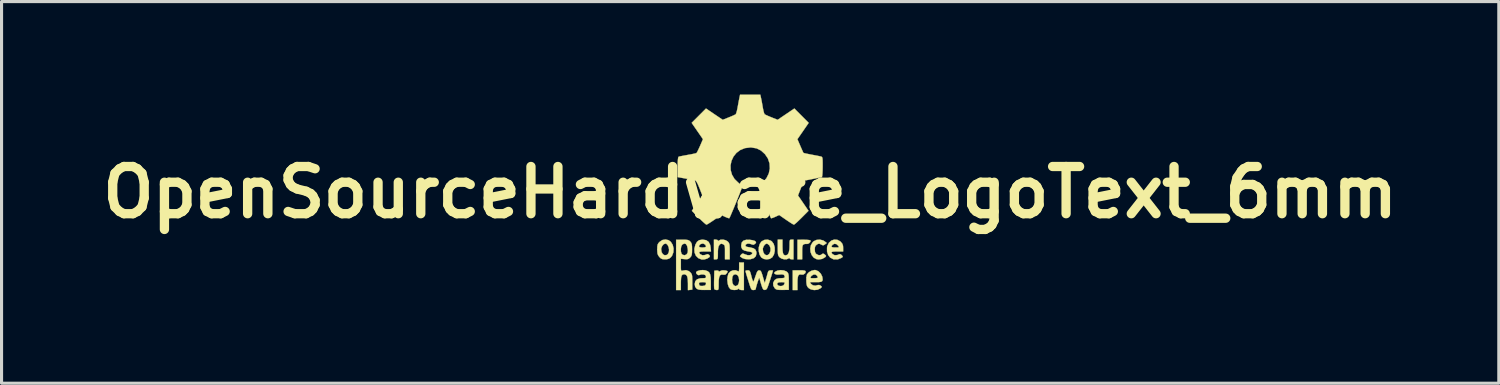
<source format=kicad_pcb>
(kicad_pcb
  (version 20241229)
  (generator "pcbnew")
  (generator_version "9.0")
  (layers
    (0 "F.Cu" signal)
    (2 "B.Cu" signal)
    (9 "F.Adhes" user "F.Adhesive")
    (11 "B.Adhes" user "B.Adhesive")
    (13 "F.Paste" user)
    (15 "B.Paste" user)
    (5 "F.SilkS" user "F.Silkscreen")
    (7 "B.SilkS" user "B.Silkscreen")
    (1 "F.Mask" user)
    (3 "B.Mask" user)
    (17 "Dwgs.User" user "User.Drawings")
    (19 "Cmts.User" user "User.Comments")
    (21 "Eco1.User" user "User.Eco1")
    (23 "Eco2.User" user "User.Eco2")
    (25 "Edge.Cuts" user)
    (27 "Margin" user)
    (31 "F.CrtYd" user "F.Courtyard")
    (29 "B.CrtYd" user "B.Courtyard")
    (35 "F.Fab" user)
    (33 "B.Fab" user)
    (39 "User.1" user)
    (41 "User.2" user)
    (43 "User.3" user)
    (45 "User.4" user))
  (footprint "OpenSourceHardware_LogoText_6mm"
    (layer "F.Cu")
    (at 21.162 3.158)
    (property "Reference" "OpenSourceHardware_LogoText_6mm" (at 0 0 0) (layer "F.SilkS") (effects (font (size 1.524 1.524) (thickness 0.3))))
    (attr through_hole)
    (fp_poly (pts (xy 1.506 2.518) (xy 1.597 2.518) (xy 1.675 2.518) (xy 1.702 2.518) (xy 1.771 2.529) (xy 1.796 2.561) (xy 1.774 2.61) (xy 1.768 2.618) (xy 1.709 2.656) (xy 1.661 2.654) (xy 1.603 2.648) (xy 1.564 2.67) (xy 1.54 2.724) (xy 1.528 2.818) (xy 1.526 2.927) (xy 1.526 3.153) (xy 1.373 3.153) (xy 1.373 2.517) (xy 1.506 2.518)) (stroke (width 0.01) (type solid)) (fill yes) (layer "F.SilkS"))
    (fp_poly (pts (xy 1.825 1.532) (xy 1.901 1.539) (xy 1.943 1.551) (xy 1.947 1.554) (xy 1.945 1.592) (xy 1.913 1.633) (xy 1.866 1.662) (xy 1.827 1.664) (xy 1.769 1.664) (xy 1.73 1.678) (xy 1.705 1.696) (xy 1.69 1.726) (xy 1.681 1.78) (xy 1.678 1.866) (xy 1.678 1.933) (xy 1.678 2.161) (xy 1.526 2.161) (xy 1.526 1.531) (xy 1.728 1.53) (xy 1.825 1.532)) (stroke (width 0.01) (type solid)) (fill yes) (layer "F.SilkS"))
    (fp_poly (pts (xy -0.808 2.519) (xy -0.782 2.525) (xy -0.734 2.541) (xy -0.728 2.563) (xy -0.754 2.608) (xy -0.796 2.653) (xy -0.847 2.66) (xy -0.865 2.657) (xy -0.93 2.653) (xy -0.974 2.679) (xy -1.001 2.739) (xy -1.015 2.84) (xy -1.017 2.938) (xy -1.018 3.043) (xy -1.021 3.106) (xy -1.031 3.139) (xy -1.051 3.151) (xy -1.081 3.153) (xy -1.135 3.141) (xy -1.159 3.119) (xy -1.163 3.081) (xy -1.166 3.005) (xy -1.166 2.901) (xy -1.164 2.808) (xy -1.157 2.53) (xy -1.087 2.522) (xy -1.034 2.525) (xy -1.017 2.544) (xy -1.006 2.561) (xy -0.985 2.548) (xy -0.909 2.517) (xy -0.808 2.519)) (stroke (width 0.01) (type solid)) (fill yes) (layer "F.SilkS"))
    (fp_poly (pts (xy 1.042 1.749) (xy 1.046 1.877) (xy 1.058 1.961) (xy 1.081 2.01) (xy 1.119 2.031) (xy 1.148 2.034) (xy 1.206 2.012) (xy 1.245 1.946) (xy 1.267 1.834) (xy 1.271 1.723) (xy 1.272 1.624) (xy 1.276 1.565) (xy 1.288 1.536) (xy 1.31 1.527) (xy 1.335 1.526) (xy 1.398 1.526) (xy 1.398 2.161) (xy 1.335 2.161) (xy 1.287 2.151) (xy 1.271 2.131) (xy 1.264 2.113) (xy 1.241 2.131) (xy 1.181 2.159) (xy 1.099 2.161) (xy 1.015 2.139) (xy 0.952 2.099) (xy 0.924 2.066) (xy 0.905 2.031) (xy 0.895 1.98) (xy 0.891 1.902) (xy 0.89 1.786) (xy 0.89 1.526) (xy 1.042 1.526) (xy 1.042 1.749)) (stroke (width 0.01) (type solid)) (fill yes) (layer "F.SilkS"))
    (fp_poly (pts (xy 2.355 1.552) (xy 2.402 1.58) (xy 2.472 1.635) (xy 2.414 1.679) (xy 2.369 1.707) (xy 2.33 1.704) (xy 2.288 1.682) (xy 2.234 1.657) (xy 2.192 1.663) (xy 2.152 1.686) (xy 2.108 1.725) (xy 2.089 1.776) (xy 2.085 1.842) (xy 2.092 1.924) (xy 2.117 1.974) (xy 2.141 1.994) (xy 2.217 2.03) (xy 2.281 2.02) (xy 2.312 1.998) (xy 2.347 1.976) (xy 2.383 1.988) (xy 2.408 2.008) (xy 2.446 2.042) (xy 2.445 2.067) (xy 2.418 2.095) (xy 2.325 2.148) (xy 2.213 2.166) (xy 2.144 2.157) (xy 2.053 2.109) (xy 1.987 2.027) (xy 1.948 1.925) (xy 1.939 1.814) (xy 1.96 1.705) (xy 2.015 1.612) (xy 2.051 1.578) (xy 2.143 1.535) (xy 2.251 1.526) (xy 2.355 1.552)) (stroke (width 0.01) (type solid)) (fill yes) (layer "F.SilkS"))
    (fp_poly (pts (xy -1.058 1.536) (xy -1.042 1.556) (xy -1.035 1.574) (xy -1.012 1.556) (xy -0.952 1.528) (xy -0.87 1.526) (xy -0.787 1.548) (xy -0.723 1.588) (xy -0.695 1.62) (xy -0.677 1.656) (xy -0.666 1.707) (xy -0.662 1.785) (xy -0.661 1.901) (xy -0.661 1.906) (xy -0.661 2.161) (xy -0.814 2.161) (xy -0.814 1.932) (xy -0.814 1.823) (xy -0.818 1.753) (xy -0.828 1.713) (xy -0.848 1.69) (xy -0.879 1.673) (xy -0.88 1.672) (xy -0.932 1.656) (xy -0.969 1.673) (xy -0.995 1.701) (xy -1.021 1.745) (xy -1.035 1.806) (xy -1.042 1.898) (xy -1.042 1.961) (xy -1.043 2.061) (xy -1.047 2.12) (xy -1.059 2.15) (xy -1.08 2.16) (xy -1.106 2.161) (xy -1.17 2.161) (xy -1.17 1.526) (xy -1.106 1.526) (xy -1.058 1.536)) (stroke (width 0.01) (type solid)) (fill yes) (layer "F.SilkS"))
    (fp_poly (pts (xy 0.665 1.559) (xy 0.7 1.583) (xy 0.759 1.664) (xy 0.79 1.772) (xy 0.793 1.89) (xy 0.768 2.003) (xy 0.714 2.095) (xy 0.711 2.098) (xy 0.633 2.148) (xy 0.535 2.165) (xy 0.437 2.149) (xy 0.358 2.1) (xy 0.357 2.099) (xy 0.302 2.009) (xy 0.276 1.896) (xy 0.276 1.838) (xy 0.407 1.838) (xy 0.422 1.929) (xy 0.46 1.994) (xy 0.512 2.027) (xy 0.569 2.023) (xy 0.621 1.978) (xy 0.655 1.893) (xy 0.656 1.801) (xy 0.625 1.721) (xy 0.61 1.704) (xy 0.565 1.666) (xy 0.534 1.653) (xy 0.485 1.675) (xy 0.44 1.73) (xy 0.411 1.8) (xy 0.407 1.838) (xy 0.276 1.838) (xy 0.277 1.778) (xy 0.307 1.67) (xy 0.363 1.587) (xy 0.367 1.584) (xy 0.46 1.535) (xy 0.565 1.526) (xy 0.665 1.559)) (stroke (width 0.01) (type solid)) (fill yes) (layer "F.SilkS"))
    (fp_poly (pts (xy -2.633 1.544) (xy -2.563 1.595) (xy -2.5 1.695) (xy -2.472 1.814) (xy -2.479 1.935) (xy -2.521 2.045) (xy -2.561 2.096) (xy -2.617 2.14) (xy -2.686 2.158) (xy -2.747 2.161) (xy -2.828 2.156) (xy -2.882 2.134) (xy -2.932 2.086) (xy -2.934 2.083) (xy -2.972 2.03) (xy -2.992 1.974) (xy -2.999 1.895) (xy -3 1.839) (xy -3 1.838) (xy -2.873 1.838) (xy -2.858 1.93) (xy -2.818 1.996) (xy -2.762 2.029) (xy -2.699 2.023) (xy -2.659 1.994) (xy -2.626 1.933) (xy -2.618 1.855) (xy -2.631 1.773) (xy -2.662 1.703) (xy -2.708 1.659) (xy -2.737 1.653) (xy -2.793 1.675) (xy -2.841 1.732) (xy -2.87 1.805) (xy -2.873 1.838) (xy -3 1.838) (xy -2.998 1.746) (xy -2.987 1.685) (xy -2.962 1.639) (xy -2.926 1.6) (xy -2.835 1.539) (xy -2.732 1.521) (xy -2.633 1.544)) (stroke (width 0.01) (type solid)) (fill yes) (layer "F.SilkS"))
    (fp_poly (pts (xy 2.811 1.531) (xy 2.905 1.581) (xy 2.926 1.6) (xy 2.976 1.662) (xy 2.997 1.729) (xy 3 1.791) (xy 3 1.907) (xy 2.81 1.907) (xy 2.703 1.91) (xy 2.642 1.92) (xy 2.623 1.941) (xy 2.641 1.974) (xy 2.659 1.994) (xy 2.728 2.03) (xy 2.814 2.023) (xy 2.852 2.006) (xy 2.9 1.993) (xy 2.944 2.017) (xy 2.954 2.027) (xy 2.987 2.065) (xy 2.982 2.089) (xy 2.945 2.115) (xy 2.827 2.163) (xy 2.699 2.161) (xy 2.678 2.156) (xy 2.584 2.108) (xy 2.517 2.023) (xy 2.481 1.913) (xy 2.48 1.787) (xy 2.49 1.736) (xy 2.625 1.736) (xy 2.631 1.764) (xy 2.682 1.777) (xy 2.749 1.78) (xy 2.825 1.779) (xy 2.859 1.772) (xy 2.86 1.753) (xy 2.841 1.723) (xy 2.784 1.67) (xy 2.717 1.66) (xy 2.66 1.691) (xy 2.625 1.736) (xy 2.49 1.736) (xy 2.491 1.731) (xy 2.541 1.628) (xy 2.618 1.558) (xy 2.711 1.525) (xy 2.811 1.531)) (stroke (width 0.01) (type solid)) (fill yes) (layer "F.SilkS"))
    (fp_poly (pts (xy -1.42 1.544) (xy -1.34 1.6) (xy -1.292 1.695) (xy -1.277 1.775) (xy -1.265 1.907) (xy -1.459 1.907) (xy -1.566 1.91) (xy -1.628 1.92) (xy -1.648 1.94) (xy -1.632 1.973) (xy -1.613 1.994) (xy -1.543 2.03) (xy -1.458 2.023) (xy -1.419 2.006) (xy -1.368 1.993) (xy -1.326 2.019) (xy -1.299 2.055) (xy -1.312 2.085) (xy -1.324 2.098) (xy -1.391 2.139) (xy -1.48 2.165) (xy -1.562 2.168) (xy -1.564 2.168) (xy -1.672 2.125) (xy -1.751 2.048) (xy -1.795 1.944) (xy -1.802 1.822) (xy -1.783 1.747) (xy -1.653 1.747) (xy -1.629 1.77) (xy -1.558 1.78) (xy -1.538 1.78) (xy -1.458 1.773) (xy -1.425 1.752) (xy -1.424 1.747) (xy -1.446 1.693) (xy -1.501 1.658) (xy -1.538 1.653) (xy -1.604 1.671) (xy -1.646 1.716) (xy -1.653 1.747) (xy -1.783 1.747) (xy -1.768 1.689) (xy -1.767 1.686) (xy -1.715 1.595) (xy -1.648 1.544) (xy -1.553 1.527) (xy -1.533 1.526) (xy -1.42 1.544)) (stroke (width 0.01) (type solid)) (fill yes) (layer "F.SilkS"))
    (fp_poly (pts (xy -0.203 3.153) (xy -0.28 3.153) (xy -0.334 3.144) (xy -0.356 3.122) (xy -0.356 3.122) (xy -0.363 3.105) (xy -0.386 3.122) (xy -0.437 3.145) (xy -0.513 3.152) (xy -0.591 3.143) (xy -0.642 3.121) (xy -0.691 3.057) (xy -0.723 2.96) (xy -0.737 2.846) (xy -0.737 2.825) (xy -0.585 2.825) (xy -0.572 2.928) (xy -0.535 2.997) (xy -0.478 3.025) (xy -0.47 3.026) (xy -0.426 3.009) (xy -0.396 2.986) (xy -0.368 2.929) (xy -0.356 2.843) (xy -0.356 2.835) (xy -0.371 2.735) (xy -0.412 2.669) (xy -0.476 2.644) (xy -0.48 2.644) (xy -0.539 2.663) (xy -0.573 2.72) (xy -0.585 2.821) (xy -0.585 2.825) (xy -0.737 2.825) (xy -0.732 2.731) (xy -0.705 2.632) (xy -0.699 2.618) (xy -0.64 2.553) (xy -0.557 2.517) (xy -0.467 2.514) (xy -0.389 2.547) (xy -0.388 2.548) (xy -0.37 2.552) (xy -0.36 2.522) (xy -0.356 2.451) (xy -0.356 2.419) (xy -0.356 2.263) (xy -0.203 2.263) (xy -0.203 3.153)) (stroke (width 0.01) (type solid)) (fill yes) (layer "F.SilkS"))
    (fp_poly (pts (xy 0.073 1.544) (xy 0.143 1.565) (xy 0.167 1.58) (xy 0.19 1.612) (xy 0.177 1.642) (xy 0.155 1.663) (xy 0.107 1.692) (xy 0.058 1.682) (xy 0.055 1.68) (xy -0.017 1.657) (xy -0.086 1.656) (xy -0.135 1.678) (xy -0.144 1.692) (xy -0.152 1.724) (xy -0.138 1.745) (xy -0.094 1.761) (xy -0.009 1.776) (xy 0.001 1.778) (xy 0.107 1.805) (xy 0.171 1.851) (xy 0.2 1.923) (xy 0.203 1.973) (xy 0.181 2.061) (xy 0.118 2.123) (xy 0.015 2.156) (xy -0.061 2.161) (xy -0.168 2.151) (xy -0.248 2.123) (xy -0.255 2.119) (xy -0.303 2.086) (xy -0.328 2.068) (xy -0.321 2.046) (xy -0.293 2.01) (xy -0.257 1.977) (xy -0.221 1.977) (xy -0.176 1.997) (xy -0.082 2.029) (xy -0.001 2.027) (xy 0.051 1.995) (xy 0.071 1.962) (xy 0.06 1.939) (xy 0.011 1.921) (xy -0.08 1.904) (xy -0.188 1.878) (xy -0.254 1.836) (xy -0.285 1.772) (xy -0.29 1.713) (xy -0.273 1.621) (xy -0.22 1.561) (xy -0.13 1.532) (xy -0.019 1.531) (xy 0.073 1.544)) (stroke (width 0.01) (type solid)) (fill yes) (layer "F.SilkS"))
    (fp_poly (pts (xy 2.116 2.509) (xy 2.204 2.55) (xy 2.279 2.625) (xy 2.325 2.719) (xy 2.329 2.736) (xy 2.339 2.812) (xy 2.329 2.859) (xy 2.291 2.886) (xy 2.217 2.897) (xy 2.121 2.898) (xy 1.926 2.898) (xy 1.964 2.956) (xy 2.022 2.999) (xy 2.103 3.012) (xy 2.187 2.991) (xy 2.236 2.992) (xy 2.276 3.012) (xy 2.308 3.04) (xy 2.306 3.063) (xy 2.266 3.099) (xy 2.263 3.101) (xy 2.173 3.143) (xy 2.065 3.154) (xy 1.96 3.132) (xy 1.891 3.093) (xy 1.851 3.051) (xy 1.828 3.003) (xy 1.816 2.931) (xy 1.812 2.87) (xy 1.813 2.754) (xy 1.814 2.748) (xy 1.944 2.748) (xy 1.949 2.765) (xy 1.986 2.771) (xy 2.056 2.771) (xy 2.13 2.768) (xy 2.177 2.758) (xy 2.187 2.751) (xy 2.173 2.716) (xy 2.153 2.685) (xy 2.102 2.651) (xy 2.038 2.655) (xy 1.978 2.696) (xy 1.964 2.714) (xy 1.944 2.748) (xy 1.814 2.748) (xy 1.827 2.667) (xy 1.836 2.644) (xy 1.894 2.579) (xy 1.979 2.53) (xy 2.071 2.507) (xy 2.116 2.509)) (stroke (width 0.01) (type solid)) (fill yes) (layer "F.SilkS"))
    (fp_poly (pts (xy 1.084 2.52) (xy 1.17 2.553) (xy 1.19 2.569) (xy 1.216 2.597) (xy 1.232 2.632) (xy 1.241 2.686) (xy 1.245 2.768) (xy 1.246 2.883) (xy 1.246 3.146) (xy 1.046 3.149) (xy 0.942 3.148) (xy 0.876 3.142) (xy 0.832 3.127) (xy 0.798 3.1) (xy 0.792 3.093) (xy 0.746 3.012) (xy 0.743 2.939) (xy 0.873 2.939) (xy 0.876 2.982) (xy 0.914 3.012) (xy 0.971 3.025) (xy 1.031 3.02) (xy 1.08 2.994) (xy 1.092 2.976) (xy 1.113 2.931) (xy 1.107 2.908) (xy 1.065 2.9) (xy 1.004 2.898) (xy 0.921 2.905) (xy 0.879 2.928) (xy 0.873 2.939) (xy 0.743 2.939) (xy 0.742 2.922) (xy 0.782 2.841) (xy 0.796 2.827) (xy 0.852 2.79) (xy 0.927 2.774) (xy 0.987 2.771) (xy 1.073 2.766) (xy 1.114 2.746) (xy 1.114 2.708) (xy 1.095 2.672) (xy 1.063 2.65) (xy 0.998 2.648) (xy 0.959 2.652) (xy 0.861 2.655) (xy 0.803 2.636) (xy 0.774 2.609) (xy 0.784 2.584) (xy 0.806 2.563) (xy 0.882 2.524) (xy 0.981 2.51) (xy 1.084 2.52)) (stroke (width 0.01) (type solid)) (fill yes) (layer "F.SilkS"))
    (fp_poly (pts (xy -1.448 2.517) (xy -1.443 2.519) (xy -1.371 2.545) (xy -1.322 2.585) (xy -1.292 2.648) (xy -1.276 2.741) (xy -1.271 2.874) (xy -1.271 2.902) (xy -1.271 3.149) (xy -1.473 3.15) (xy -1.585 3.148) (xy -1.66 3.139) (xy -1.711 3.119) (xy -1.732 3.105) (xy -1.777 3.046) (xy -1.79 2.962) (xy -1.787 2.945) (xy -1.653 2.945) (xy -1.643 2.996) (xy -1.605 3.02) (xy -1.53 3.021) (xy -1.526 3.02) (xy -1.462 3.008) (xy -1.434 2.978) (xy -1.428 2.956) (xy -1.428 2.921) (xy -1.45 2.904) (xy -1.505 2.899) (xy -1.536 2.898) (xy -1.609 2.902) (xy -1.644 2.916) (xy -1.653 2.945) (xy -1.787 2.945) (xy -1.772 2.869) (xy -1.716 2.807) (xy -1.621 2.776) (xy -1.546 2.771) (xy -1.472 2.769) (xy -1.436 2.759) (xy -1.426 2.735) (xy -1.428 2.714) (xy -1.447 2.671) (xy -1.498 2.652) (xy -1.521 2.649) (xy -1.589 2.651) (xy -1.637 2.667) (xy -1.638 2.668) (xy -1.675 2.672) (xy -1.716 2.646) (xy -1.744 2.606) (xy -1.743 2.57) (xy -1.698 2.538) (xy -1.622 2.516) (xy -1.532 2.508) (xy -1.448 2.517)) (stroke (width 0.01) (type solid)) (fill yes) (layer "F.SilkS"))
    (fp_poly (pts (xy -2.086 1.53) (xy -2.019 1.537) (xy -1.975 1.553) (xy -1.941 1.58) (xy -1.933 1.589) (xy -1.903 1.628) (xy -1.885 1.676) (xy -1.878 1.747) (xy -1.876 1.843) (xy -1.878 1.947) (xy -1.886 2.015) (xy -1.904 2.062) (xy -1.936 2.102) (xy -1.981 2.141) (xy -2.031 2.157) (xy -2.106 2.156) (xy -2.117 2.155) (xy -2.237 2.143) (xy -2.237 2.345) (xy -2.237 2.445) (xy -2.233 2.503) (xy -2.223 2.53) (xy -2.204 2.533) (xy -2.18 2.526) (xy -2.073 2.51) (xy -1.98 2.542) (xy -1.935 2.579) (xy -1.905 2.613) (xy -1.885 2.649) (xy -1.874 2.698) (xy -1.87 2.774) (xy -1.869 2.888) (xy -1.869 2.893) (xy -1.869 3.14) (xy -1.939 3.148) (xy -2.009 3.156) (xy -2.009 2.94) (xy -2.014 2.808) (xy -2.031 2.718) (xy -2.063 2.667) (xy -2.112 2.646) (xy -2.132 2.644) (xy -2.179 2.653) (xy -2.211 2.686) (xy -2.229 2.75) (xy -2.236 2.853) (xy -2.237 2.929) (xy -2.237 3.153) (xy -2.39 3.153) (xy -2.39 1.825) (xy -2.238 1.825) (xy -2.236 1.907) (xy -2.218 1.975) (xy -2.193 2.007) (xy -2.126 2.031) (xy -2.07 2.013) (xy -2.046 1.991) (xy -2.019 1.948) (xy -2.011 1.881) (xy -2.015 1.823) (xy -2.037 1.725) (xy -2.076 1.667) (xy -2.128 1.652) (xy -2.189 1.685) (xy -2.197 1.693) (xy -2.226 1.747) (xy -2.238 1.825) (xy -2.39 1.825) (xy -2.39 1.531) (xy -2.19 1.53) (xy -2.086 1.53)) (stroke (width 0.01) (type solid)) (fill yes) (layer "F.SilkS"))
    (fp_poly (pts (xy 0.715 2.519) (xy 0.737 2.523) (xy 0.737 2.523) (xy 0.729 2.549) (xy 0.709 2.613) (xy 0.68 2.707) (xy 0.644 2.821) (xy 0.64 2.835) (xy 0.598 2.962) (xy 0.567 3.049) (xy 0.543 3.103) (xy 0.52 3.132) (xy 0.494 3.145) (xy 0.478 3.148) (xy 0.45 3.148) (xy 0.428 3.136) (xy 0.406 3.106) (xy 0.383 3.051) (xy 0.354 2.963) (xy 0.317 2.836) (xy 0.295 2.759) (xy 0.286 2.77) (xy 0.267 2.816) (xy 0.243 2.885) (xy 0.218 2.965) (xy 0.196 3.04) (xy 0.182 3.1) (xy 0.178 3.125) (xy 0.156 3.145) (xy 0.106 3.153) (xy 0.075 3.151) (xy 0.051 3.139) (xy 0.029 3.109) (xy 0.006 3.054) (xy -0.024 2.965) (xy -0.059 2.854) (xy -0.095 2.738) (xy -0.125 2.64) (xy -0.145 2.569) (xy -0.153 2.537) (xy -0.153 2.536) (xy -0.131 2.522) (xy -0.081 2.517) (xy -0.043 2.52) (xy -0.018 2.536) (xy 0.002 2.576) (xy 0.024 2.649) (xy 0.039 2.708) (xy 0.063 2.795) (xy 0.085 2.856) (xy 0.101 2.88) (xy 0.104 2.879) (xy 0.12 2.847) (xy 0.145 2.781) (xy 0.175 2.693) (xy 0.177 2.689) (xy 0.209 2.597) (xy 0.236 2.545) (xy 0.263 2.522) (xy 0.291 2.517) (xy 0.322 2.523) (xy 0.346 2.546) (xy 0.369 2.596) (xy 0.398 2.684) (xy 0.409 2.723) (xy 0.469 2.929) (xy 0.5 2.831) (xy 0.528 2.739) (xy 0.555 2.64) (xy 0.559 2.625) (xy 0.58 2.557) (xy 0.607 2.526) (xy 0.651 2.517) (xy 0.662 2.517) (xy 0.715 2.519)) (stroke (width 0.01) (type solid)) (fill yes) (layer "F.SilkS"))
    (fp_poly (pts (xy 0.354 -3.025) (xy 0.373 -2.93) (xy 0.394 -2.813) (xy 0.41 -2.72) (xy 0.429 -2.628) (xy 0.449 -2.557) (xy 0.467 -2.52) (xy 0.468 -2.519) (xy 0.503 -2.5) (xy 0.573 -2.468) (xy 0.664 -2.43) (xy 0.691 -2.419) (xy 0.886 -2.341) (xy 1.426 -2.706) (xy 1.888 -2.243) (xy 1.706 -1.979) (xy 1.524 -1.716) (xy 1.617 -1.5) (xy 1.659 -1.404) (xy 1.693 -1.328) (xy 1.714 -1.282) (xy 1.719 -1.274) (xy 1.746 -1.265) (xy 1.812 -1.25) (xy 1.906 -1.231) (xy 1.976 -1.217) (xy 2.089 -1.196) (xy 2.188 -1.177) (xy 2.259 -1.162) (xy 2.282 -1.157) (xy 2.306 -1.149) (xy 2.322 -1.133) (xy 2.332 -1.1) (xy 2.337 -1.042) (xy 2.339 -0.95) (xy 2.339 -0.827) (xy 2.337 -0.706) (xy 2.332 -0.603) (xy 2.325 -0.53) (xy 2.316 -0.497) (xy 2.315 -0.497) (xy 2.285 -0.488) (xy 2.218 -0.473) (xy 2.126 -0.454) (xy 2.022 -0.433) (xy 1.919 -0.412) (xy 1.828 -0.395) (xy 1.764 -0.384) (xy 1.739 -0.381) (xy 1.728 -0.359) (xy 1.703 -0.3) (xy 1.667 -0.213) (xy 1.638 -0.14) (xy 1.543 0.101) (xy 1.713 0.348) (xy 1.882 0.596) (xy 1.66 0.819) (xy 1.573 0.904) (xy 1.498 0.975) (xy 1.441 1.023) (xy 1.413 1.042) (xy 1.412 1.042) (xy 1.381 1.029) (xy 1.319 0.992) (xy 1.235 0.937) (xy 1.161 0.887) (xy 0.936 0.731) (xy 0.811 0.789) (xy 0.74 0.819) (xy 0.689 0.835) (xy 0.673 0.834) (xy 0.658 0.806) (xy 0.628 0.738) (xy 0.586 0.64) (xy 0.536 0.521) (xy 0.481 0.389) (xy 0.425 0.252) (xy 0.372 0.12) (xy 0.325 0.0004) (xy 0.287 -0.098) (xy 0.263 -0.165) (xy 0.254 -0.194) (xy 0.266 -0.226) (xy 0.275 -0.229) (xy 0.304 -0.244) (xy 0.358 -0.284) (xy 0.406 -0.323) (xy 0.524 -0.454) (xy 0.6 -0.606) (xy 0.634 -0.768) (xy 0.625 -0.934) (xy 0.572 -1.093) (xy 0.478 -1.233) (xy 0.35 -1.349) (xy 0.207 -1.42) (xy 0.042 -1.448) (xy 0 -1.449) (xy -0.172 -1.427) (xy -0.321 -1.366) (xy -0.444 -1.273) (xy -0.539 -1.155) (xy -0.603 -1.018) (xy -0.634 -0.871) (xy -0.63 -0.719) (xy -0.588 -0.571) (xy -0.506 -0.432) (xy -0.385 -0.314) (xy -0.318 -0.259) (xy -0.271 -0.212) (xy -0.256 -0.188) (xy -0.265 -0.157) (xy -0.29 -0.089) (xy -0.328 0.009) (xy -0.375 0.128) (xy -0.428 0.26) (xy -0.484 0.396) (xy -0.538 0.527) (xy -0.588 0.645) (xy -0.629 0.741) (xy -0.659 0.807) (xy -0.673 0.834) (xy -0.702 0.832) (xy -0.761 0.811) (xy -0.811 0.789) (xy -0.936 0.731) (xy -1.161 0.887) (xy -1.255 0.95) (xy -1.335 1.002) (xy -1.391 1.034) (xy -1.412 1.042) (xy -1.439 1.025) (xy -1.493 0.979) (xy -1.568 0.91) (xy -1.654 0.825) (xy -1.66 0.819) (xy -1.882 0.596) (xy -1.713 0.348) (xy -1.543 0.101) (xy -1.637 -0.138) (xy -1.686 -0.254) (xy -1.724 -0.33) (xy -1.757 -0.373) (xy -1.788 -0.389) (xy -1.836 -0.399) (xy -1.921 -0.415) (xy -2.027 -0.435) (xy -2.091 -0.447) (xy -2.339 -0.492) (xy -2.339 -0.816) (xy -2.338 -0.962) (xy -2.332 -1.063) (xy -2.323 -1.124) (xy -2.309 -1.15) (xy -2.307 -1.151) (xy -2.27 -1.16) (xy -2.195 -1.175) (xy -2.094 -1.194) (xy -2.017 -1.208) (xy -1.907 -1.228) (xy -1.815 -1.247) (xy -1.753 -1.262) (xy -1.735 -1.268) (xy -1.714 -1.297) (xy -1.681 -1.362) (xy -1.639 -1.451) (xy -1.617 -1.5) (xy -1.524 -1.716) (xy -1.706 -1.979) (xy -1.888 -2.243) (xy -1.426 -2.706) (xy -1.156 -2.523) (xy -0.886 -2.341) (xy -0.691 -2.419) (xy -0.597 -2.457) (xy -0.52 -2.492) (xy -0.474 -2.515) (xy -0.468 -2.519) (xy -0.451 -2.554) (xy -0.43 -2.625) (xy -0.41 -2.716) (xy -0.408 -2.727) (xy -0.388 -2.839) (xy -0.367 -2.952) (xy -0.351 -3.032) (xy -0.326 -3.153) (xy 0.326 -3.153) (xy 0.354 -3.025)) (stroke (width 0.01) (type solid)) (fill yes) (layer "F.SilkS")))
  (gr_rect
    (start -3 -3)
    (end 45.324 9.319)
    (stroke (width 0.1) (type default))
    (fill no)
    (layer "Edge.Cuts")))
</source>
